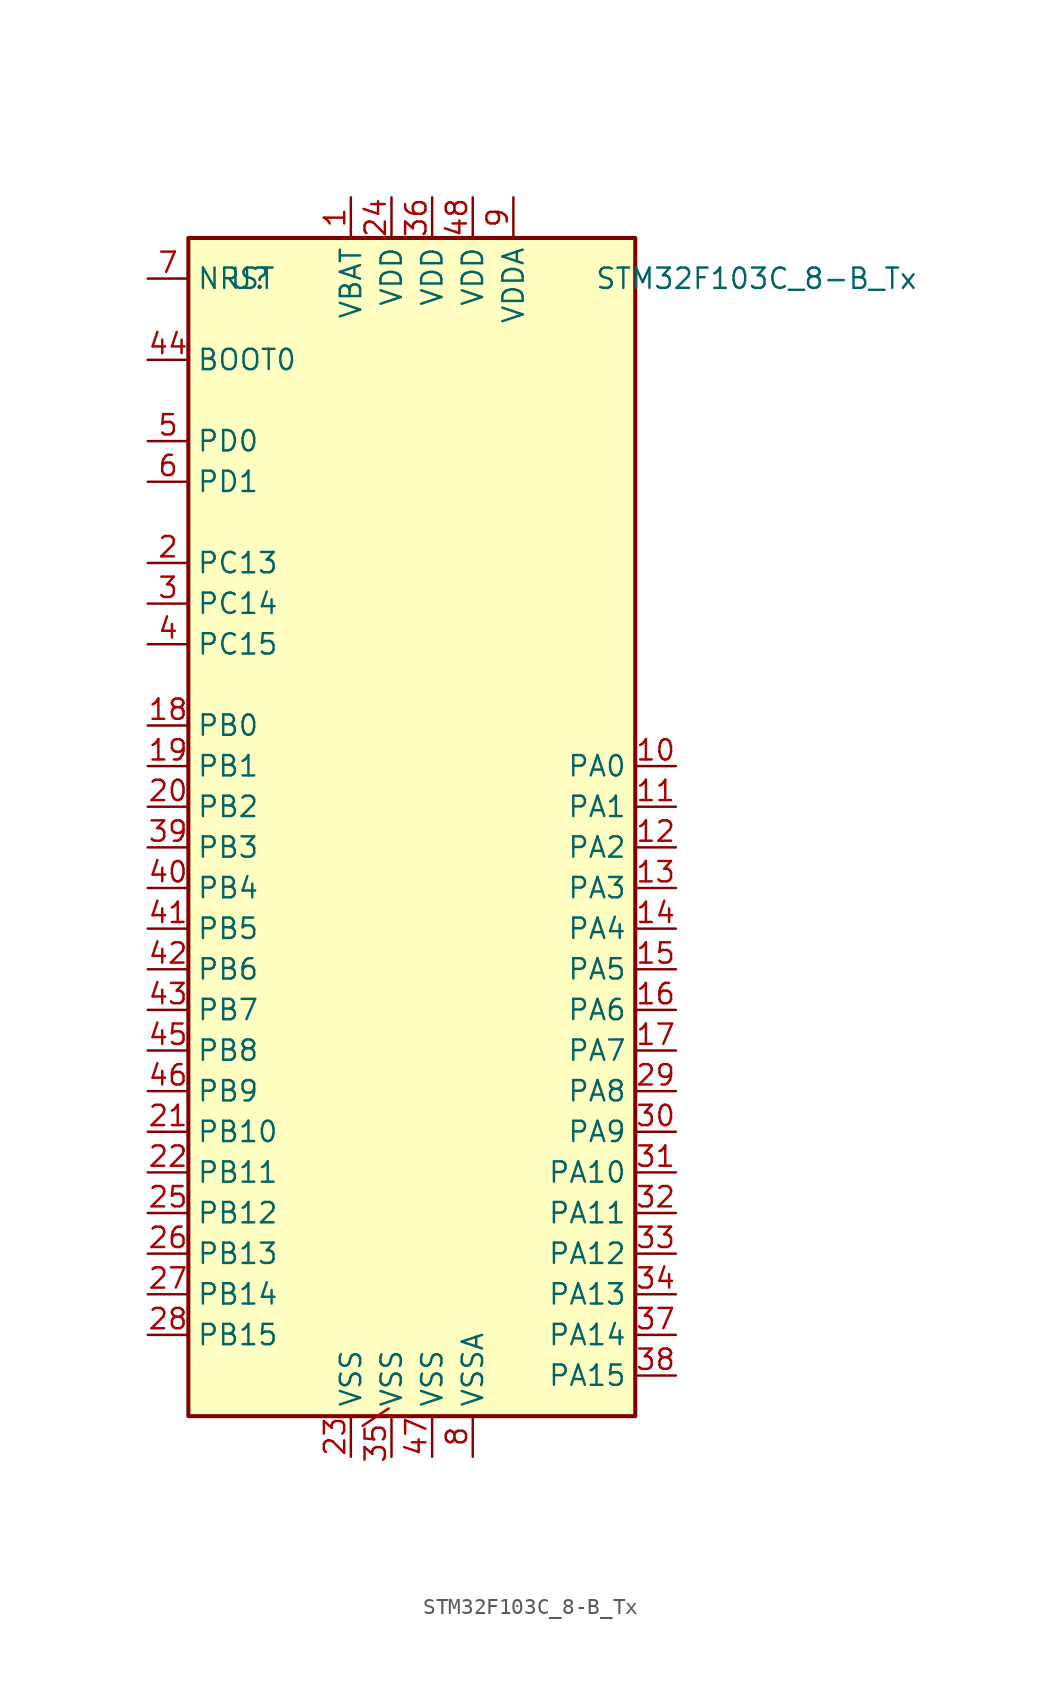
<source format=kicad_sym>
(kicad_symbol_lib
  (version 20231120)
  (generator "kicad_symbol_editor")
  (generator_version "8.0")
  (symbol "STM32F103C_8-B_Tx"
    (property "Reference" "U"
      (at -12.7 39.37 0)
      (effects (font (size 1.27 1.27)) (justify left)))
    (property "Value" "STM32F103C_8-B_Tx"
      (at 10.16 39.37 0)
      (effects (font (size 1.27 1.27)) (justify left)))
    (property "ki_locked" ""
      (at 0 0 0)
      (effects (font (size 1.27 1.27))))
    (symbol "STM32F103C_8-B_Tx_0_1"
      (rectangle (start -15.24 41.91) (end 12.7 -31.75) (stroke (width 0.254) (type default)) (fill (type background))))
    (symbol "STM32F103C_8-B_Tx_1_1"
      (pin power_in line (at -5.08 44.45 270) (length 2.54) (name "VBAT" (effects (font (size 1.27 1.27)))) (number "1" (effects (font (size 1.27 1.27)))))
      (pin bidirectional line (at 15.24 8.89 180) (length 2.54) (name "PA0" (effects (font (size 1.27 1.27)))) (number "10" (effects (font (size 1.27 1.27)))) (alternate "ADC1_IN0" bidirectional line) (alternate "ADC2_IN0" bidirectional line) (alternate "SYS_WKUP" bidirectional line) (alternate "TIM2_CH1" bidirectional line) (alternate "TIM2_ETR" bidirectional line) (alternate "USART2_CTS" bidirectional line))
      (pin bidirectional line (at 15.24 6.35 180) (length 2.54) (name "PA1" (effects (font (size 1.27 1.27)))) (number "11" (effects (font (size 1.27 1.27)))) (alternate "ADC1_IN1" bidirectional line) (alternate "ADC2_IN1" bidirectional line) (alternate "TIM2_CH2" bidirectional line) (alternate "USART2_RTS" bidirectional line))
      (pin bidirectional line (at 15.24 3.81 180) (length 2.54) (name "PA2" (effects (font (size 1.27 1.27)))) (number "12" (effects (font (size 1.27 1.27)))) (alternate "ADC1_IN2" bidirectional line) (alternate "ADC2_IN2" bidirectional line) (alternate "TIM2_CH3" bidirectional line) (alternate "USART2_TX" bidirectional line))
      (pin bidirectional line (at 15.24 1.27 180) (length 2.54) (name "PA3" (effects (font (size 1.27 1.27)))) (number "13" (effects (font (size 1.27 1.27)))) (alternate "ADC1_IN3" bidirectional line) (alternate "ADC2_IN3" bidirectional line) (alternate "TIM2_CH4" bidirectional line) (alternate "USART2_RX" bidirectional line))
      (pin bidirectional line (at 15.24 -1.27 180) (length 2.54) (name "PA4" (effects (font (size 1.27 1.27)))) (number "14" (effects (font (size 1.27 1.27)))) (alternate "ADC1_IN4" bidirectional line) (alternate "ADC2_IN4" bidirectional line) (alternate "SPI1_NSS" bidirectional line) (alternate "USART2_CK" bidirectional line))
      (pin bidirectional line (at 15.24 -3.81 180) (length 2.54) (name "PA5" (effects (font (size 1.27 1.27)))) (number "15" (effects (font (size 1.27 1.27)))) (alternate "ADC1_IN5" bidirectional line) (alternate "ADC2_IN5" bidirectional line) (alternate "SPI1_SCK" bidirectional line))
      (pin bidirectional line (at 15.24 -6.35 180) (length 2.54) (name "PA6" (effects (font (size 1.27 1.27)))) (number "16" (effects (font (size 1.27 1.27)))) (alternate "ADC1_IN6" bidirectional line) (alternate "ADC2_IN6" bidirectional line) (alternate "SPI1_MISO" bidirectional line) (alternate "TIM1_BKIN" bidirectional line) (alternate "TIM3_CH1" bidirectional line))
      (pin bidirectional line (at 15.24 -8.89 180) (length 2.54) (name "PA7" (effects (font (size 1.27 1.27)))) (number "17" (effects (font (size 1.27 1.27)))) (alternate "ADC1_IN7" bidirectional line) (alternate "ADC2_IN7" bidirectional line) (alternate "SPI1_MOSI" bidirectional line) (alternate "TIM1_CH1N" bidirectional line) (alternate "TIM3_CH2" bidirectional line))
      (pin bidirectional line (at -17.78 11.43 0) (length 2.54) (name "PB0" (effects (font (size 1.27 1.27)))) (number "18" (effects (font (size 1.27 1.27)))) (alternate "ADC1_IN8" bidirectional line) (alternate "ADC2_IN8" bidirectional line) (alternate "TIM1_CH2N" bidirectional line) (alternate "TIM3_CH3" bidirectional line))
      (pin bidirectional line (at -17.78 8.89 0) (length 2.54) (name "PB1" (effects (font (size 1.27 1.27)))) (number "19" (effects (font (size 1.27 1.27)))) (alternate "ADC1_IN9" bidirectional line) (alternate "ADC2_IN9" bidirectional line) (alternate "TIM1_CH3N" bidirectional line) (alternate "TIM3_CH4" bidirectional line))
      (pin bidirectional line (at -17.78 21.59 0) (length 2.54) (name "PC13" (effects (font (size 1.27 1.27)))) (number "2" (effects (font (size 1.27 1.27)))) (alternate "RTC_OUT" bidirectional line) (alternate "RTC_TAMPER" bidirectional line))
      (pin bidirectional line (at -17.78 6.35 0) (length 2.54) (name "PB2" (effects (font (size 1.27 1.27)))) (number "20" (effects (font (size 1.27 1.27)))))
      (pin bidirectional line (at -17.78 -13.97 0) (length 2.54) (name "PB10" (effects (font (size 1.27 1.27)))) (number "21" (effects (font (size 1.27 1.27)))) (alternate "I2C2_SCL" bidirectional line) (alternate "TIM2_CH3" bidirectional line) (alternate "USART3_TX" bidirectional line))
      (pin bidirectional line (at -17.78 -16.51 0) (length 2.54) (name "PB11" (effects (font (size 1.27 1.27)))) (number "22" (effects (font (size 1.27 1.27)))) (alternate "ADC1_EXTI11" bidirectional line) (alternate "ADC2_EXTI11" bidirectional line) (alternate "I2C2_SDA" bidirectional line) (alternate "TIM2_CH4" bidirectional line) (alternate "USART3_RX" bidirectional line))
      (pin power_in line (at -5.08 -34.29 90) (length 2.54) (name "VSS" (effects (font (size 1.27 1.27)))) (number "23" (effects (font (size 1.27 1.27)))))
      (pin power_in line (at -2.54 44.45 270) (length 2.54) (name "VDD" (effects (font (size 1.27 1.27)))) (number "24" (effects (font (size 1.27 1.27)))))
      (pin bidirectional line (at -17.78 -19.05 0) (length 2.54) (name "PB12" (effects (font (size 1.27 1.27)))) (number "25" (effects (font (size 1.27 1.27)))) (alternate "I2C2_SMBA" bidirectional line) (alternate "SPI2_NSS" bidirectional line) (alternate "TIM1_BKIN" bidirectional line) (alternate "USART3_CK" bidirectional line))
      (pin bidirectional line (at -17.78 -21.59 0) (length 2.54) (name "PB13" (effects (font (size 1.27 1.27)))) (number "26" (effects (font (size 1.27 1.27)))) (alternate "SPI2_SCK" bidirectional line) (alternate "TIM1_CH1N" bidirectional line) (alternate "USART3_CTS" bidirectional line))
      (pin bidirectional line (at -17.78 -24.13 0) (length 2.54) (name "PB14" (effects (font (size 1.27 1.27)))) (number "27" (effects (font (size 1.27 1.27)))) (alternate "SPI2_MISO" bidirectional line) (alternate "TIM1_CH2N" bidirectional line) (alternate "USART3_RTS" bidirectional line))
      (pin bidirectional line (at -17.78 -26.67 0) (length 2.54) (name "PB15" (effects (font (size 1.27 1.27)))) (number "28" (effects (font (size 1.27 1.27)))) (alternate "ADC1_EXTI15" bidirectional line) (alternate "ADC2_EXTI15" bidirectional line) (alternate "SPI2_MOSI" bidirectional line) (alternate "TIM1_CH3N" bidirectional line))
      (pin bidirectional line (at 15.24 -11.43 180) (length 2.54) (name "PA8" (effects (font (size 1.27 1.27)))) (number "29" (effects (font (size 1.27 1.27)))) (alternate "RCC_MCO" bidirectional line) (alternate "TIM1_CH1" bidirectional line) (alternate "USART1_CK" bidirectional line))
      (pin bidirectional line (at -17.78 19.05 0) (length 2.54) (name "PC14" (effects (font (size 1.27 1.27)))) (number "3" (effects (font (size 1.27 1.27)))) (alternate "RCC_OSC32_IN" bidirectional line))
      (pin bidirectional line (at 15.24 -13.97 180) (length 2.54) (name "PA9" (effects (font (size 1.27 1.27)))) (number "30" (effects (font (size 1.27 1.27)))) (alternate "TIM1_CH2" bidirectional line) (alternate "USART1_TX" bidirectional line))
      (pin bidirectional line (at 15.24 -16.51 180) (length 2.54) (name "PA10" (effects (font (size 1.27 1.27)))) (number "31" (effects (font (size 1.27 1.27)))) (alternate "TIM1_CH3" bidirectional line) (alternate "USART1_RX" bidirectional line))
      (pin bidirectional line (at 15.24 -19.05 180) (length 2.54) (name "PA11" (effects (font (size 1.27 1.27)))) (number "32" (effects (font (size 1.27 1.27)))) (alternate "ADC1_EXTI11" bidirectional line) (alternate "ADC2_EXTI11" bidirectional line) (alternate "CAN_RX" bidirectional line) (alternate "TIM1_CH4" bidirectional line) (alternate "USART1_CTS" bidirectional line) (alternate "USB_DM" bidirectional line))
      (pin bidirectional line (at 15.24 -21.59 180) (length 2.54) (name "PA12" (effects (font (size 1.27 1.27)))) (number "33" (effects (font (size 1.27 1.27)))) (alternate "CAN_TX" bidirectional line) (alternate "TIM1_ETR" bidirectional line) (alternate "USART1_RTS" bidirectional line) (alternate "USB_DP" bidirectional line))
      (pin bidirectional line (at 15.24 -24.13 180) (length 2.54) (name "PA13" (effects (font (size 1.27 1.27)))) (number "34" (effects (font (size 1.27 1.27)))) (alternate "SYS_JTMS-SWDIO" bidirectional line))
      (pin passive line (at -2.54 -34.29 90) (length 2.54) hide (name "VSS" (effects (font (size 1.27 1.27)))) (number "35" (effects (font (size 1.27 1.27)))))
      (pin power_in line (at -2.54 -34.29 90) (length 2.54) (name "VSS" (effects (font (size 1.27 1.27)))) (number "35\\" (effects (font (size 1.27 1.27)))))
      (pin power_in line (at 0 44.45 270) (length 2.54) (name "VDD" (effects (font (size 1.27 1.27)))) (number "36" (effects (font (size 1.27 1.27)))))
      (pin bidirectional line (at 15.24 -26.67 180) (length 2.54) (name "PA14" (effects (font (size 1.27 1.27)))) (number "37" (effects (font (size 1.27 1.27)))) (alternate "SYS_JTCK-SWCLK" bidirectional line))
      (pin bidirectional line (at 15.24 -29.21 180) (length 2.54) (name "PA15" (effects (font (size 1.27 1.27)))) (number "38" (effects (font (size 1.27 1.27)))) (alternate "ADC1_EXTI15" bidirectional line) (alternate "ADC2_EXTI15" bidirectional line) (alternate "SPI1_NSS" bidirectional line) (alternate "SYS_JTDI" bidirectional line) (alternate "TIM2_CH1" bidirectional line) (alternate "TIM2_ETR" bidirectional line))
      (pin bidirectional line (at -17.78 3.81 0) (length 2.54) (name "PB3" (effects (font (size 1.27 1.27)))) (number "39" (effects (font (size 1.27 1.27)))) (alternate "SPI1_SCK" bidirectional line) (alternate "SYS_JTDO-TRACESWO" bidirectional line) (alternate "TIM2_CH2" bidirectional line))
      (pin bidirectional line (at -17.78 16.51 0) (length 2.54) (name "PC15" (effects (font (size 1.27 1.27)))) (number "4" (effects (font (size 1.27 1.27)))) (alternate "ADC1_EXTI15" bidirectional line) (alternate "ADC2_EXTI15" bidirectional line) (alternate "RCC_OSC32_OUT" bidirectional line))
      (pin bidirectional line (at -17.78 1.27 0) (length 2.54) (name "PB4" (effects (font (size 1.27 1.27)))) (number "40" (effects (font (size 1.27 1.27)))) (alternate "SPI1_MISO" bidirectional line) (alternate "SYS_NJTRST" bidirectional line) (alternate "TIM3_CH1" bidirectional line))
      (pin bidirectional line (at -17.78 -1.27 0) (length 2.54) (name "PB5" (effects (font (size 1.27 1.27)))) (number "41" (effects (font (size 1.27 1.27)))) (alternate "I2C1_SMBA" bidirectional line) (alternate "SPI1_MOSI" bidirectional line) (alternate "TIM3_CH2" bidirectional line))
      (pin bidirectional line (at -17.78 -3.81 0) (length 2.54) (name "PB6" (effects (font (size 1.27 1.27)))) (number "42" (effects (font (size 1.27 1.27)))) (alternate "I2C1_SCL" bidirectional line) (alternate "TIM4_CH1" bidirectional line) (alternate "USART1_TX" bidirectional line))
      (pin bidirectional line (at -17.78 -6.35 0) (length 2.54) (name "PB7" (effects (font (size 1.27 1.27)))) (number "43" (effects (font (size 1.27 1.27)))) (alternate "I2C1_SDA" bidirectional line) (alternate "TIM4_CH2" bidirectional line) (alternate "USART1_RX" bidirectional line))
      (pin input line (at -17.78 34.29 0) (length 2.54) (name "BOOT0" (effects (font (size 1.27 1.27)))) (number "44" (effects (font (size 1.27 1.27)))))
      (pin bidirectional line (at -17.78 -8.89 0) (length 2.54) (name "PB8" (effects (font (size 1.27 1.27)))) (number "45" (effects (font (size 1.27 1.27)))) (alternate "CAN_RX" bidirectional line) (alternate "I2C1_SCL" bidirectional line) (alternate "TIM4_CH3" bidirectional line))
      (pin bidirectional line (at -17.78 -11.43 0) (length 2.54) (name "PB9" (effects (font (size 1.27 1.27)))) (number "46" (effects (font (size 1.27 1.27)))) (alternate "CAN_TX" bidirectional line) (alternate "I2C1_SDA" bidirectional line) (alternate "TIM4_CH4" bidirectional line))
      (pin passive line (at -2.54 -34.29 90) (length 2.54) hide (name "VSS" (effects (font (size 1.27 1.27)))) (number "47" (effects (font (size 1.27 1.27)))))
      (pin power_in line (at 0 -34.29 90) (length 2.54) (name "VSS" (effects (font (size 1.27 1.27)))) (number "47" (effects (font (size 1.27 1.27)))))
      (pin power_in line (at 2.54 44.45 270) (length 2.54) (name "VDD" (effects (font (size 1.27 1.27)))) (number "48" (effects (font (size 1.27 1.27)))))
      (pin input line (at -17.78 29.21 0) (length 2.54) (name "PD0" (effects (font (size 1.27 1.27)))) (number "5" (effects (font (size 1.27 1.27)))) (alternate "RCC_OSC_IN" bidirectional line))
      (pin input line (at -17.78 26.67 0) (length 2.54) (name "PD1" (effects (font (size 1.27 1.27)))) (number "6" (effects (font (size 1.27 1.27)))) (alternate "RCC_OSC_OUT" bidirectional line))
      (pin input line (at -17.78 39.37 0) (length 2.54) (name "NRST" (effects (font (size 1.27 1.27)))) (number "7" (effects (font (size 1.27 1.27)))))
      (pin power_in line (at 2.54 -34.29 90) (length 2.54) (name "VSSA" (effects (font (size 1.27 1.27)))) (number "8" (effects (font (size 1.27 1.27)))))
      (pin power_in line (at 5.08 44.45 270) (length 2.54) (name "VDDA" (effects (font (size 1.27 1.27)))) (number "9" (effects (font (size 1.27 1.27))))))))
</source>
